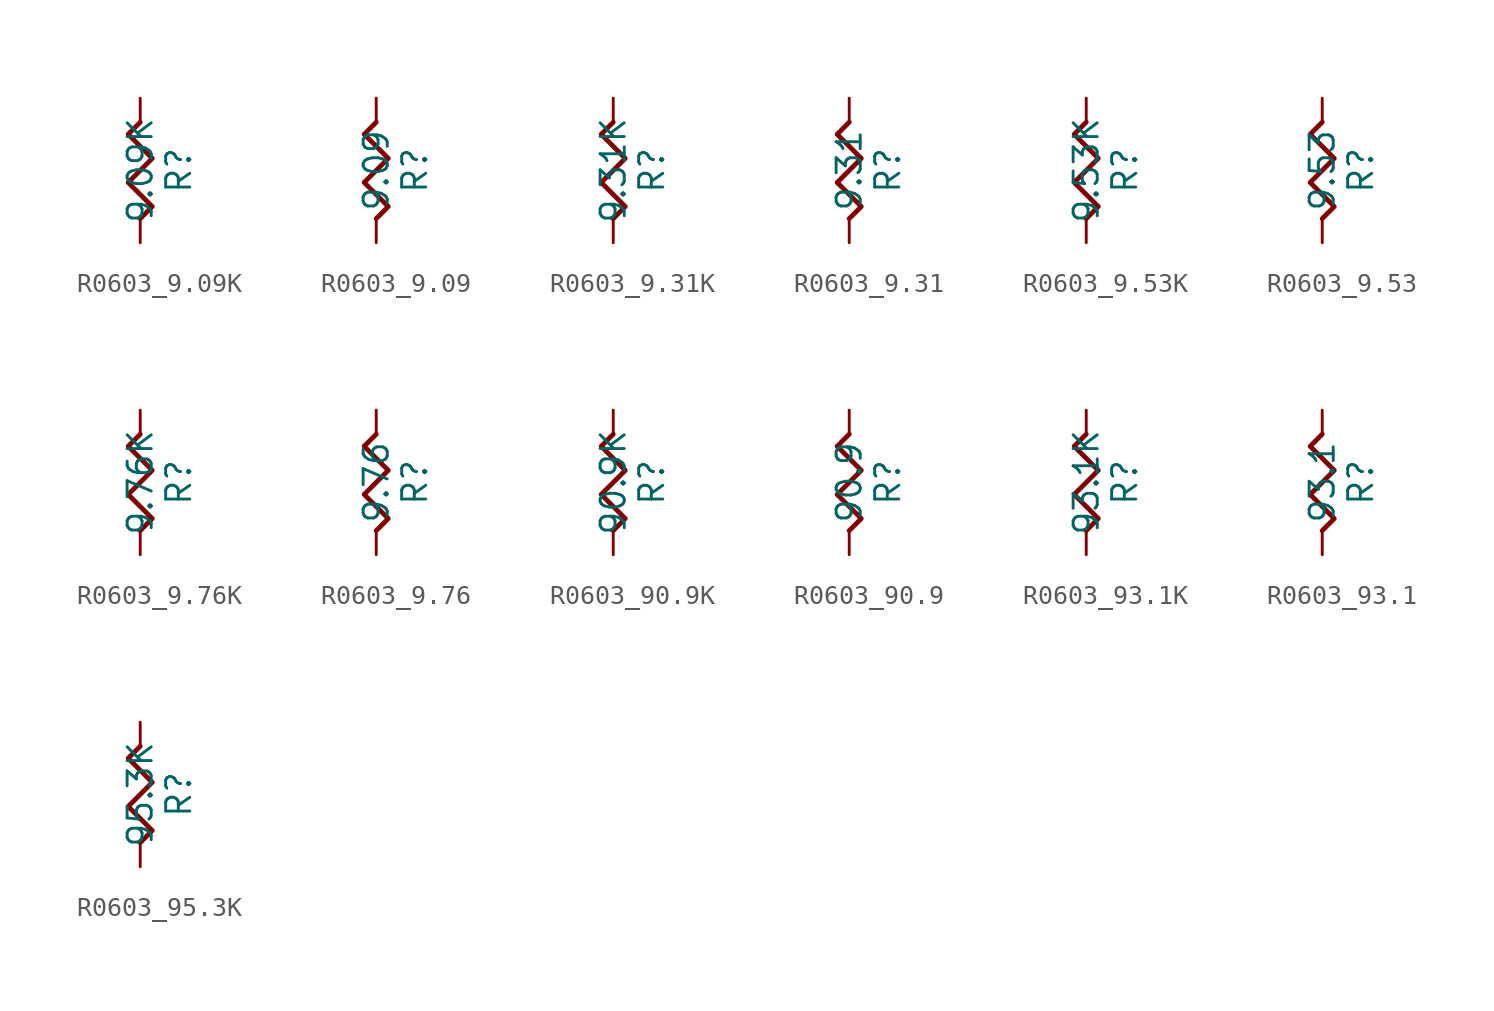
<source format=kicad_sym>
(kicad_symbol_lib
  (version 20211014)
  (generator atlantix-eda)
  (symbol "R0603_9.09K"
    (pin_numbers hide)
    (pin_names
      (offset 0))
    (property "Reference" "R"
      (at 2.032 0 90)
      (effects (font (size 1.27 1.27))))
    (property "Value" "9.09K"
      (at 0 0 90)
      (effects (font (size 1.27 1.27))))
    (symbol "R0603_9.09K_0_1"
      (polyline (pts (xy 0 -2.54) (xy 0.635 -1.905) (xy -0.635 -0.635) (xy 0.635 0.635) (xy -0.635 1.905) (xy 0 2.54)) (stroke (width 0.254) (type default) (color 0 0 0 0)) (fill (type none))))
    (symbol "R0603_9.09K_1_1"
      (pin passive line (at 0 3.81 270) (length 1.27) (name "~" (effects (font (size 1.27 1.27)))) (number "1" (effects (font (size 1.27 1.27)))))
      (pin passive line (at 0 -3.81 90) (length 1.27) (name "~" (effects (font (size 1.27 1.27)))) (number "2" (effects (font (size 1.27 1.27)))))))
  (symbol "R0603_9.09"
    (pin_numbers hide)
    (pin_names
      (offset 0))
    (property "Reference" "R"
      (at 2.032 0 90)
      (effects (font (size 1.27 1.27))))
    (property "Value" "9.09"
      (at 0 0 90)
      (effects (font (size 1.27 1.27))))
    (symbol "R0603_9.09_0_1"
      (polyline (pts (xy 0 -2.54) (xy 0.635 -1.905) (xy -0.635 -0.635) (xy 0.635 0.635) (xy -0.635 1.905) (xy 0 2.54)) (stroke (width 0.254) (type default) (color 0 0 0 0)) (fill (type none))))
    (symbol "R0603_9.09_1_1"
      (pin passive line (at 0 3.81 270) (length 1.27) (name "~" (effects (font (size 1.27 1.27)))) (number "1" (effects (font (size 1.27 1.27)))))
      (pin passive line (at 0 -3.81 90) (length 1.27) (name "~" (effects (font (size 1.27 1.27)))) (number "2" (effects (font (size 1.27 1.27)))))))
  (symbol "R0603_9.31K"
    (pin_numbers hide)
    (pin_names
      (offset 0))
    (property "Reference" "R"
      (at 2.032 0 90)
      (effects (font (size 1.27 1.27))))
    (property "Value" "9.31K"
      (at 0 0 90)
      (effects (font (size 1.27 1.27))))
    (symbol "R0603_9.31K_0_1"
      (polyline (pts (xy 0 -2.54) (xy 0.635 -1.905) (xy -0.635 -0.635) (xy 0.635 0.635) (xy -0.635 1.905) (xy 0 2.54)) (stroke (width 0.254) (type default) (color 0 0 0 0)) (fill (type none))))
    (symbol "R0603_9.31K_1_1"
      (pin passive line (at 0 3.81 270) (length 1.27) (name "~" (effects (font (size 1.27 1.27)))) (number "1" (effects (font (size 1.27 1.27)))))
      (pin passive line (at 0 -3.81 90) (length 1.27) (name "~" (effects (font (size 1.27 1.27)))) (number "2" (effects (font (size 1.27 1.27)))))))
  (symbol "R0603_9.31"
    (pin_numbers hide)
    (pin_names
      (offset 0))
    (property "Reference" "R"
      (at 2.032 0 90)
      (effects (font (size 1.27 1.27))))
    (property "Value" "9.31"
      (at 0 0 90)
      (effects (font (size 1.27 1.27))))
    (symbol "R0603_9.31_0_1"
      (polyline (pts (xy 0 -2.54) (xy 0.635 -1.905) (xy -0.635 -0.635) (xy 0.635 0.635) (xy -0.635 1.905) (xy 0 2.54)) (stroke (width 0.254) (type default) (color 0 0 0 0)) (fill (type none))))
    (symbol "R0603_9.31_1_1"
      (pin passive line (at 0 3.81 270) (length 1.27) (name "~" (effects (font (size 1.27 1.27)))) (number "1" (effects (font (size 1.27 1.27)))))
      (pin passive line (at 0 -3.81 90) (length 1.27) (name "~" (effects (font (size 1.27 1.27)))) (number "2" (effects (font (size 1.27 1.27)))))))
  (symbol "R0603_9.53K"
    (pin_numbers hide)
    (pin_names
      (offset 0))
    (property "Reference" "R"
      (at 2.032 0 90)
      (effects (font (size 1.27 1.27))))
    (property "Value" "9.53K"
      (at 0 0 90)
      (effects (font (size 1.27 1.27))))
    (symbol "R0603_9.53K_0_1"
      (polyline (pts (xy 0 -2.54) (xy 0.635 -1.905) (xy -0.635 -0.635) (xy 0.635 0.635) (xy -0.635 1.905) (xy 0 2.54)) (stroke (width 0.254) (type default) (color 0 0 0 0)) (fill (type none))))
    (symbol "R0603_9.53K_1_1"
      (pin passive line (at 0 3.81 270) (length 1.27) (name "~" (effects (font (size 1.27 1.27)))) (number "1" (effects (font (size 1.27 1.27)))))
      (pin passive line (at 0 -3.81 90) (length 1.27) (name "~" (effects (font (size 1.27 1.27)))) (number "2" (effects (font (size 1.27 1.27)))))))
  (symbol "R0603_9.53"
    (pin_numbers hide)
    (pin_names
      (offset 0))
    (property "Reference" "R"
      (at 2.032 0 90)
      (effects (font (size 1.27 1.27))))
    (property "Value" "9.53"
      (at 0 0 90)
      (effects (font (size 1.27 1.27))))
    (symbol "R0603_9.53_0_1"
      (polyline (pts (xy 0 -2.54) (xy 0.635 -1.905) (xy -0.635 -0.635) (xy 0.635 0.635) (xy -0.635 1.905) (xy 0 2.54)) (stroke (width 0.254) (type default) (color 0 0 0 0)) (fill (type none))))
    (symbol "R0603_9.53_1_1"
      (pin passive line (at 0 3.81 270) (length 1.27) (name "~" (effects (font (size 1.27 1.27)))) (number "1" (effects (font (size 1.27 1.27)))))
      (pin passive line (at 0 -3.81 90) (length 1.27) (name "~" (effects (font (size 1.27 1.27)))) (number "2" (effects (font (size 1.27 1.27)))))))
  (symbol "R0603_9.76K"
    (pin_numbers hide)
    (pin_names
      (offset 0))
    (property "Reference" "R"
      (at 2.032 0 90)
      (effects (font (size 1.27 1.27))))
    (property "Value" "9.76K"
      (at 0 0 90)
      (effects (font (size 1.27 1.27))))
    (symbol "R0603_9.76K_0_1"
      (polyline (pts (xy 0 -2.54) (xy 0.635 -1.905) (xy -0.635 -0.635) (xy 0.635 0.635) (xy -0.635 1.905) (xy 0 2.54)) (stroke (width 0.254) (type default) (color 0 0 0 0)) (fill (type none))))
    (symbol "R0603_9.76K_1_1"
      (pin passive line (at 0 3.81 270) (length 1.27) (name "~" (effects (font (size 1.27 1.27)))) (number "1" (effects (font (size 1.27 1.27)))))
      (pin passive line (at 0 -3.81 90) (length 1.27) (name "~" (effects (font (size 1.27 1.27)))) (number "2" (effects (font (size 1.27 1.27)))))))
  (symbol "R0603_9.76"
    (pin_numbers hide)
    (pin_names
      (offset 0))
    (property "Reference" "R"
      (at 2.032 0 90)
      (effects (font (size 1.27 1.27))))
    (property "Value" "9.76"
      (at 0 0 90)
      (effects (font (size 1.27 1.27))))
    (symbol "R0603_9.76_0_1"
      (polyline (pts (xy 0 -2.54) (xy 0.635 -1.905) (xy -0.635 -0.635) (xy 0.635 0.635) (xy -0.635 1.905) (xy 0 2.54)) (stroke (width 0.254) (type default) (color 0 0 0 0)) (fill (type none))))
    (symbol "R0603_9.76_1_1"
      (pin passive line (at 0 3.81 270) (length 1.27) (name "~" (effects (font (size 1.27 1.27)))) (number "1" (effects (font (size 1.27 1.27)))))
      (pin passive line (at 0 -3.81 90) (length 1.27) (name "~" (effects (font (size 1.27 1.27)))) (number "2" (effects (font (size 1.27 1.27)))))))
  (symbol "R0603_90.9K"
    (pin_numbers hide)
    (pin_names
      (offset 0))
    (property "Reference" "R"
      (at 2.032 0 90)
      (effects (font (size 1.27 1.27))))
    (property "Value" "90.9K"
      (at 0 0 90)
      (effects (font (size 1.27 1.27))))
    (symbol "R0603_90.9K_0_1"
      (polyline (pts (xy 0 -2.54) (xy 0.635 -1.905) (xy -0.635 -0.635) (xy 0.635 0.635) (xy -0.635 1.905) (xy 0 2.54)) (stroke (width 0.254) (type default) (color 0 0 0 0)) (fill (type none))))
    (symbol "R0603_90.9K_1_1"
      (pin passive line (at 0 3.81 270) (length 1.27) (name "~" (effects (font (size 1.27 1.27)))) (number "1" (effects (font (size 1.27 1.27)))))
      (pin passive line (at 0 -3.81 90) (length 1.27) (name "~" (effects (font (size 1.27 1.27)))) (number "2" (effects (font (size 1.27 1.27)))))))
  (symbol "R0603_90.9"
    (pin_numbers hide)
    (pin_names
      (offset 0))
    (property "Reference" "R"
      (at 2.032 0 90)
      (effects (font (size 1.27 1.27))))
    (property "Value" "90.9"
      (at 0 0 90)
      (effects (font (size 1.27 1.27))))
    (symbol "R0603_90.9_0_1"
      (polyline (pts (xy 0 -2.54) (xy 0.635 -1.905) (xy -0.635 -0.635) (xy 0.635 0.635) (xy -0.635 1.905) (xy 0 2.54)) (stroke (width 0.254) (type default) (color 0 0 0 0)) (fill (type none))))
    (symbol "R0603_90.9_1_1"
      (pin passive line (at 0 3.81 270) (length 1.27) (name "~" (effects (font (size 1.27 1.27)))) (number "1" (effects (font (size 1.27 1.27)))))
      (pin passive line (at 0 -3.81 90) (length 1.27) (name "~" (effects (font (size 1.27 1.27)))) (number "2" (effects (font (size 1.27 1.27)))))))
  (symbol "R0603_93.1K"
    (pin_numbers hide)
    (pin_names
      (offset 0))
    (property "Reference" "R"
      (at 2.032 0 90)
      (effects (font (size 1.27 1.27))))
    (property "Value" "93.1K"
      (at 0 0 90)
      (effects (font (size 1.27 1.27))))
    (symbol "R0603_93.1K_0_1"
      (polyline (pts (xy 0 -2.54) (xy 0.635 -1.905) (xy -0.635 -0.635) (xy 0.635 0.635) (xy -0.635 1.905) (xy 0 2.54)) (stroke (width 0.254) (type default) (color 0 0 0 0)) (fill (type none))))
    (symbol "R0603_93.1K_1_1"
      (pin passive line (at 0 3.81 270) (length 1.27) (name "~" (effects (font (size 1.27 1.27)))) (number "1" (effects (font (size 1.27 1.27)))))
      (pin passive line (at 0 -3.81 90) (length 1.27) (name "~" (effects (font (size 1.27 1.27)))) (number "2" (effects (font (size 1.27 1.27)))))))
  (symbol "R0603_93.1"
    (pin_numbers hide)
    (pin_names
      (offset 0))
    (property "Reference" "R"
      (at 2.032 0 90)
      (effects (font (size 1.27 1.27))))
    (property "Value" "93.1"
      (at 0 0 90)
      (effects (font (size 1.27 1.27))))
    (symbol "R0603_93.1_0_1"
      (polyline (pts (xy 0 -2.54) (xy 0.635 -1.905) (xy -0.635 -0.635) (xy 0.635 0.635) (xy -0.635 1.905) (xy 0 2.54)) (stroke (width 0.254) (type default) (color 0 0 0 0)) (fill (type none))))
    (symbol "R0603_93.1_1_1"
      (pin passive line (at 0 3.81 270) (length 1.27) (name "~" (effects (font (size 1.27 1.27)))) (number "1" (effects (font (size 1.27 1.27)))))
      (pin passive line (at 0 -3.81 90) (length 1.27) (name "~" (effects (font (size 1.27 1.27)))) (number "2" (effects (font (size 1.27 1.27)))))))
  (symbol "R0603_95.3K"
    (pin_numbers hide)
    (pin_names
      (offset 0))
    (property "Reference" "R"
      (at 2.032 0 90)
      (effects (font (size 1.27 1.27))))
    (property "Value" "95.3K"
      (at 0 0 90)
      (effects (font (size 1.27 1.27))))
    (symbol "R0603_95.3K_0_1"
      (polyline (pts (xy 0 -2.54) (xy 0.635 -1.905) (xy -0.635 -0.635) (xy 0.635 0.635) (xy -0.635 1.905) (xy 0 2.54)) (stroke (width 0.254) (type default) (color 0 0 0 0)) (fill (type none))))
    (symbol "R0603_95.3K_1_1"
      (pin passive line (at 0 3.81 270) (length 1.27) (name "~" (effects (font (size 1.27 1.27)))) (number "1" (effects (font (size 1.27 1.27)))))
      (pin passive line (at 0 -3.81 90) (length 1.27) (name "~" (effects (font (size 1.27 1.27)))) (number "2" (effects (font (size 1.27 1.27))))))))
</source>
